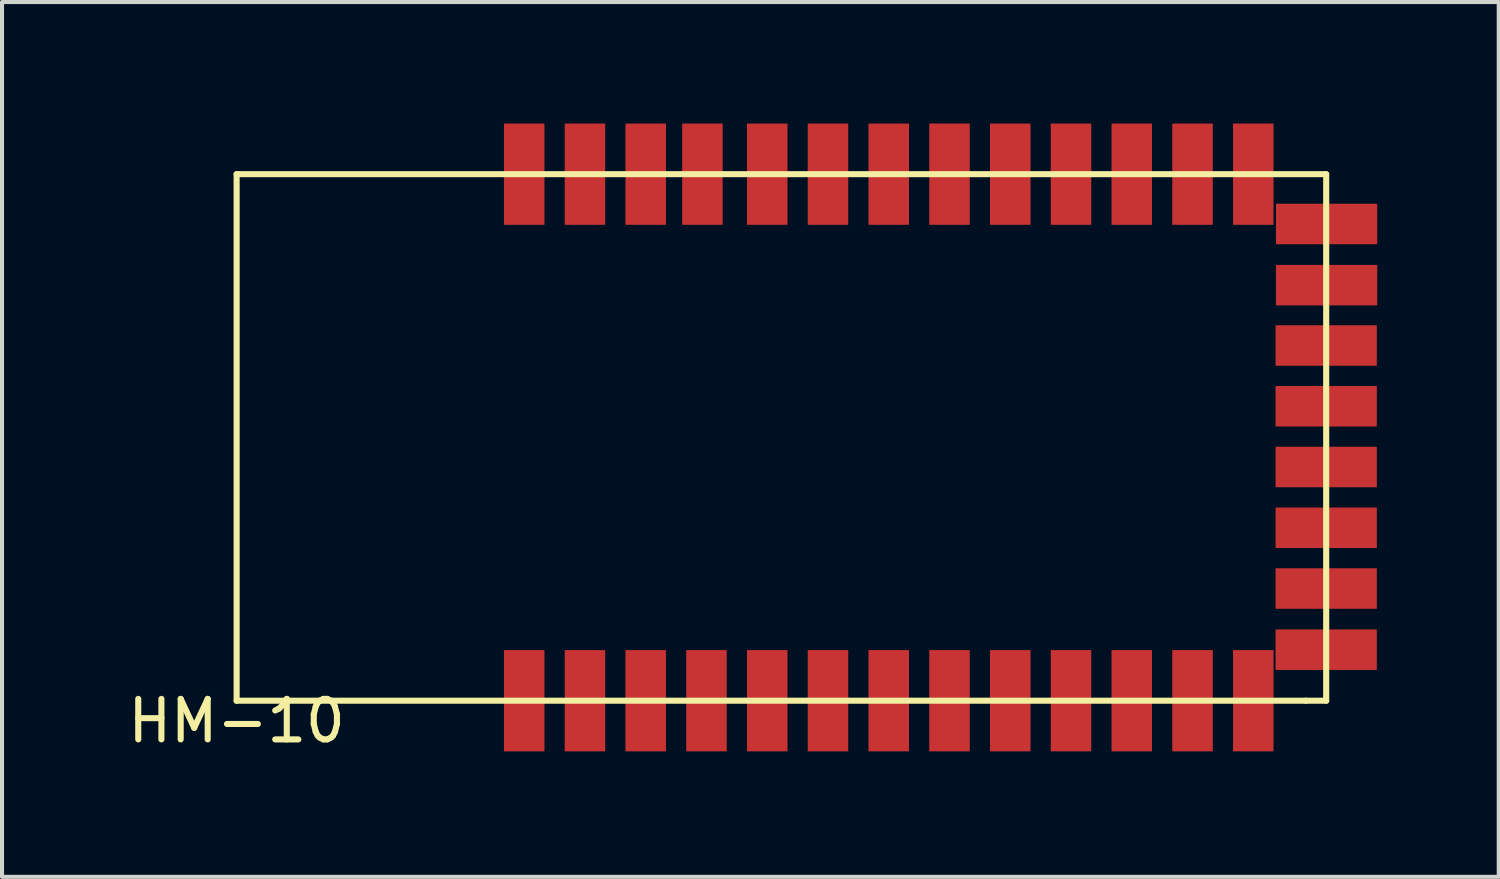
<source format=kicad_pcb>
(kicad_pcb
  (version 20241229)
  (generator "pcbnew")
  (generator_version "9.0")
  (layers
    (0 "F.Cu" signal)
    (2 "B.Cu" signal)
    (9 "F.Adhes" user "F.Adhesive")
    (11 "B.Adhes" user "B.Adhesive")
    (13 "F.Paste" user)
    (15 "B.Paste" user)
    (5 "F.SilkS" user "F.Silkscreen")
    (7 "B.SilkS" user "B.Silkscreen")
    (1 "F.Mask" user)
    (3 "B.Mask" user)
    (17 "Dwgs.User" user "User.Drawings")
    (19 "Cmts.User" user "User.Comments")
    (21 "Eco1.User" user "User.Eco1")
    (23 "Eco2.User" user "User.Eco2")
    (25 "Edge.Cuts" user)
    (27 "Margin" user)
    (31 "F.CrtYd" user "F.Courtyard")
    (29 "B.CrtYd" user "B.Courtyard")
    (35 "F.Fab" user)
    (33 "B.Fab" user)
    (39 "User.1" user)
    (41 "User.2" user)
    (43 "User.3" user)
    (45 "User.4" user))
  (footprint "HM-10"
    (layer "F.Cu")
    (at 2.792 14.25)
    (property "Reference" "HM-10" (at 0 0.5 0) (layer "F.SilkS") (effects (font (size 1 1) (thickness 0.15))))
    (attr through_hole)
    (fp_line (start 0 -13) (end 0 0) (stroke (width 0.15) (type solid)) (layer "F.SilkS"))
    (fp_line (start 26.4 0) (end 0 0) (stroke (width 0.15) (type solid)) (layer "F.SilkS"))
    (fp_line (start 26.9 -13) (end 0 -13) (stroke (width 0.15) (type solid)) (layer "F.SilkS"))
    (fp_line (start 26.9 0) (end 26.4 0) (stroke (width 0.15) (type solid)) (layer "F.SilkS"))
    (fp_line (start 26.9 0) (end 26.9 -13) (stroke (width 0.15) (type solid)) (layer "F.SilkS"))
    (pad "1" smd rect (at 7.1 0) (size 1 2.5) (layers "F.Cu" "F.Mask" "F.Paste"))
    (pad "2" smd rect (at 8.6 0) (size 1 2.5) (layers "F.Cu" "F.Mask" "F.Paste"))
    (pad "3" smd rect (at 10.1 0) (size 1 2.5) (layers "F.Cu" "F.Mask" "F.Paste"))
    (pad "4" smd rect (at 11.6 0) (size 1 2.5) (layers "F.Cu" "F.Mask" "F.Paste"))
    (pad "5" smd rect (at 13.1 0) (size 1 2.5) (layers "F.Cu" "F.Mask" "F.Paste"))
    (pad "6" smd rect (at 14.6 0) (size 1 2.5) (layers "F.Cu" "F.Mask" "F.Paste"))
    (pad "7" smd rect (at 16.1 0) (size 1 2.5) (layers "F.Cu" "F.Mask" "F.Paste"))
    (pad "8" smd rect (at 17.6 0) (size 1 2.5) (layers "F.Cu" "F.Mask" "F.Paste"))
    (pad "9" smd rect (at 19.1 0) (size 1 2.5) (layers "F.Cu" "F.Mask" "F.Paste"))
    (pad "10" smd rect (at 20.6 0) (size 1 2.5) (layers "F.Cu" "F.Mask" "F.Paste"))
    (pad "11" smd rect (at 22.1 0) (size 1 2.5) (layers "F.Cu" "F.Mask" "F.Paste"))
    (pad "12" smd rect (at 23.6 0) (size 1 2.5) (layers "F.Cu" "F.Mask" "F.Paste"))
    (pad "13" smd rect (at 25.1 0) (size 1 2.5) (layers "F.Cu" "F.Mask" "F.Paste"))
    (pad "14" smd rect (at 26.9 -1.26) (size 2.5 1) (layers "F.Cu" "F.Mask" "F.Paste"))
    (pad "15" smd rect (at 26.9 -2.77) (size 2.5 1) (layers "F.Cu" "F.Mask" "F.Paste"))
    (pad "16" smd rect (at 26.9 -4.27) (size 2.5 1) (layers "F.Cu" "F.Mask" "F.Paste"))
    (pad "17" smd rect (at 26.9 -5.77) (size 2.5 1) (layers "F.Cu" "F.Mask" "F.Paste"))
    (pad "18" smd rect (at 26.9 -7.27) (size 2.5 1) (layers "F.Cu" "F.Mask" "F.Paste"))
    (pad "19" smd rect (at 26.9 -8.77) (size 2.5 1) (layers "F.Cu" "F.Mask" "F.Paste"))
    (pad "20" smd rect (at 26.91 -10.26) (size 2.5 1) (layers "F.Cu" "F.Mask" "F.Paste"))
    (pad "21" smd rect (at 26.91 -11.77) (size 2.5 1) (layers "F.Cu" "F.Mask" "F.Paste"))
    (pad "22" smd rect (at 25.1 -13) (size 1 2.5) (layers "F.Cu" "F.Mask" "F.Paste"))
    (pad "23" smd rect (at 23.6 -13) (size 1 2.5) (layers "F.Cu" "F.Mask" "F.Paste"))
    (pad "24" smd rect (at 22.1 -13) (size 1 2.5) (layers "F.Cu" "F.Mask" "F.Paste"))
    (pad "25" smd rect (at 20.6 -13) (size 1 2.5) (layers "F.Cu" "F.Mask" "F.Paste"))
    (pad "26" smd rect (at 19.1 -13) (size 1 2.5) (layers "F.Cu" "F.Mask" "F.Paste"))
    (pad "27" smd rect (at 17.6 -13) (size 1 2.5) (layers "F.Cu" "F.Mask" "F.Paste"))
    (pad "28" smd rect (at 16.1 -13) (size 1 2.5) (layers "F.Cu" "F.Mask" "F.Paste"))
    (pad "29" smd rect (at 14.6 -13) (size 1 2.5) (layers "F.Cu" "F.Mask" "F.Paste"))
    (pad "30" smd rect (at 13.1 -13) (size 1 2.5) (layers "F.Cu" "F.Mask" "F.Paste"))
    (pad "31" smd rect (at 11.5 -13) (size 1 2.5) (layers "F.Cu" "F.Mask" "F.Paste"))
    (pad "32" smd rect (at 10.1 -13) (size 1 2.5) (layers "F.Cu" "F.Mask" "F.Paste"))
    (pad "33" smd rect (at 8.6 -13) (size 1 2.5) (layers "F.Cu" "F.Mask" "F.Paste"))
    (pad "34" smd rect (at 7.1 -13) (size 1 2.5) (layers "F.Cu" "F.Mask" "F.Paste")))
  (gr_rect
    (start -3 -3)
    (end 33.952 18.598)
    (stroke (width 0.1) (type default))
    (fill no)
    (layer "Edge.Cuts")))
</source>
